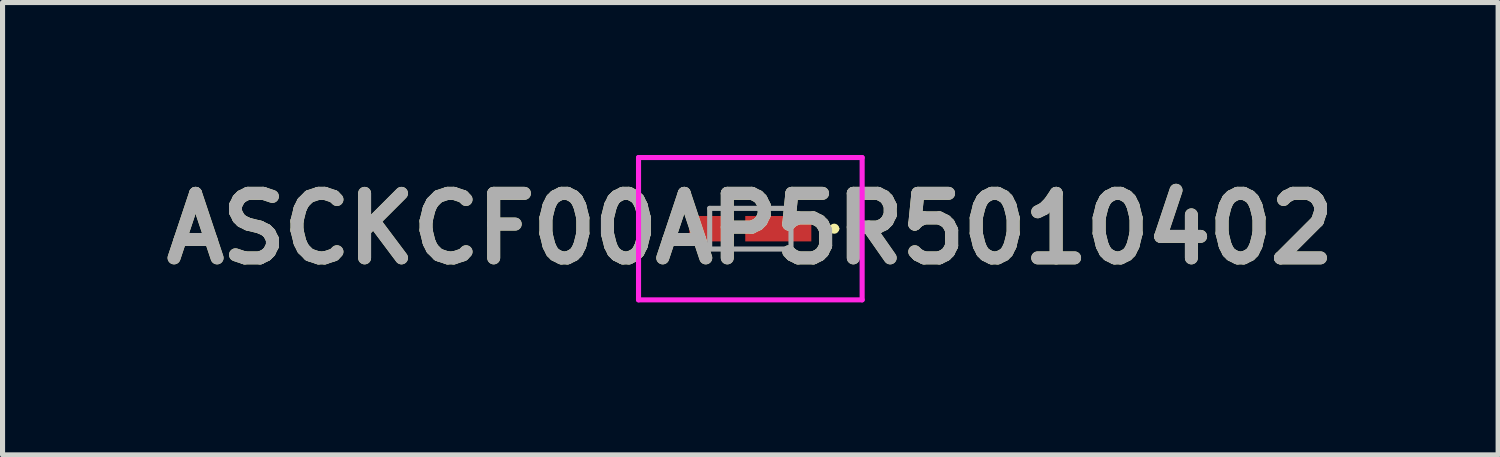
<source format=kicad_pcb>
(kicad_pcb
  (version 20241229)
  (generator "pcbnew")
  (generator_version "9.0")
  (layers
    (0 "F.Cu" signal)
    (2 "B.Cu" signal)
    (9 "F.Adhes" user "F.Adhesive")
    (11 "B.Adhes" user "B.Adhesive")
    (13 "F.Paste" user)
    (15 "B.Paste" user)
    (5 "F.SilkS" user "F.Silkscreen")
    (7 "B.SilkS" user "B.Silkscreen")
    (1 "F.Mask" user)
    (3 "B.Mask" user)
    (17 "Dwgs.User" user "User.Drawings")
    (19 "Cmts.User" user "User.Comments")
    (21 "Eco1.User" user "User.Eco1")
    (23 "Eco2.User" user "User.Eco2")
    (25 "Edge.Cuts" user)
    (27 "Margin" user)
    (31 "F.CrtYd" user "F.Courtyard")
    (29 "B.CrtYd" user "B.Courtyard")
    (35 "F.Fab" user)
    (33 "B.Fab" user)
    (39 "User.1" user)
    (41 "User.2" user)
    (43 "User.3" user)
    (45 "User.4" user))
  (footprint "ASCKCF00AP5R5010402"
    (layer "F.Cu")
    (at 11.714 1.45)
    (property "Reference" "ASCKCF00AP5R5010402" (at 0 0 0) (layer "F.SilkS") (effects (font (size 1.27 1.27) (thickness 0.254))))
    (attr smd)
    (fp_line (start 1.6 0) (end 1.6 0) (stroke (width 0.1) (type solid)) (layer "F.SilkS"))
    (fp_line (start 1.7 0) (end 1.7 0) (stroke (width 0.1) (type solid)) (layer "F.SilkS"))
    (fp_arc (start 1.6 0) (mid 1.65 -0.05) (end 1.7 0) (stroke (width 0.1) (type solid)) (layer "F.SilkS"))
    (fp_arc (start 1.7 0) (mid 1.65 0.05) (end 1.6 0) (stroke (width 0.1) (type solid)) (layer "F.SilkS"))
    (fp_line (start -2.2 -1.4) (end 2.2 -1.4) (stroke (width 0.1) (type solid)) (layer "F.CrtYd"))
    (fp_line (start -2.2 1.4) (end -2.2 -1.4) (stroke (width 0.1) (type solid)) (layer "F.CrtYd"))
    (fp_line (start 2.2 -1.4) (end 2.2 1.4) (stroke (width 0.1) (type solid)) (layer "F.CrtYd"))
    (fp_line (start 2.2 1.4) (end -2.2 1.4) (stroke (width 0.1) (type solid)) (layer "F.CrtYd"))
    (fp_line (start -0.8 -0.4) (end 0.8 -0.4) (stroke (width 0.1) (type solid)) (layer "F.Fab"))
    (fp_line (start -0.8 0.4) (end -0.8 -0.4) (stroke (width 0.1) (type solid)) (layer "F.Fab"))
    (fp_line (start 0.8 -0.4) (end 0.8 0.4) (stroke (width 0.1) (type solid)) (layer "F.Fab"))
    (fp_line (start 0.8 0.4) (end -0.8 0.4) (stroke (width 0.1) (type solid)) (layer "F.Fab"))
    (fp_text user "${REFERENCE}" (at 0 0 0) (layer "F.Fab") (effects (font (size 1.27 1.27) (thickness 0.254))))
    (pad "1" smd rect (at 0.55 0 90) (size 0.5 1.3) (layers "F.Cu" "F.Mask" "F.Paste"))
    (pad "2" smd rect (at -0.765 0 90) (size 0.5 0.87) (layers "F.Cu" "F.Mask" "F.Paste")))
  (gr_rect
    (start -3 -3)
    (end 26.428 5.9)
    (stroke (width 0.1) (type default))
    (fill no)
    (layer "Edge.Cuts")))
</source>
